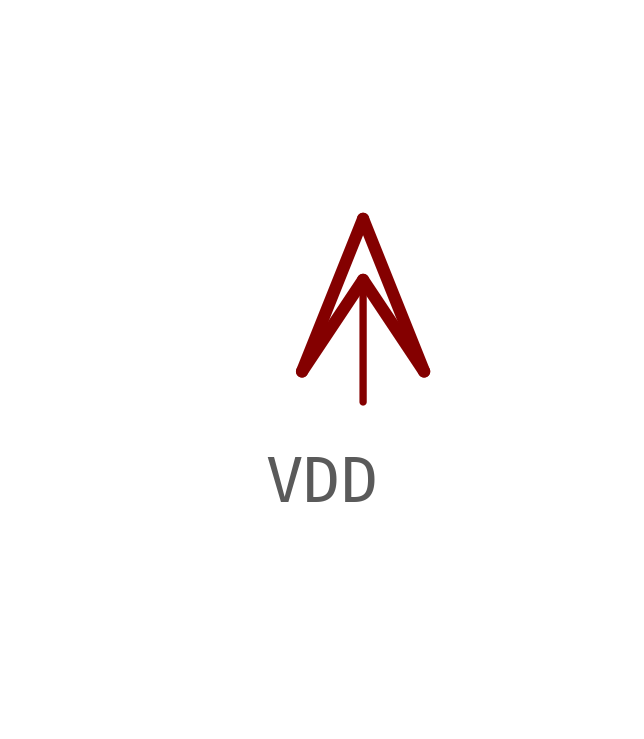
<source format=kicad_sym>
(kicad_symbol_lib
  (version 20241209)
  (generator "kicad_symbol_editor")
  (generator_version "9.0")
  (symbol "VDD"
    (power)
    (property "Reference" "#VDD"
      (at 0 0 0)
      (effects (font (size 1.27 1.27)) (hide yes)))
    (property "Value" ""
      (at -2.54 -2.54 90)
      (effects (font (size 1.778 1.511)) (justify left bottom)))
    (property "ki_locked" ""
      (at 0 0 0)
      (effects (font (size 1.27 1.27))))
    (symbol "VDD_1_0"
      (polyline (pts (xy 0 1.27) (xy -1.27 -1.905)) (stroke (width 0.254) (type solid)) (fill (type none)))
      (polyline (pts (xy 0 0) (xy -1.27 -1.905)) (stroke (width 0.254) (type solid)) (fill (type none)))
      (polyline (pts (xy 1.27 -1.905) (xy 0 1.27)) (stroke (width 0.254) (type solid)) (fill (type none)))
      (polyline (pts (xy 1.27 -1.905) (xy 0 0)) (stroke (width 0.254) (type solid)) (fill (type none)))
      (pin power_in line (at 0 -2.54 90) (length 2.54) (name "VDD" (effects (font (size 0 0)))) (number "1" (effects (font (size 0 0))))))))
</source>
